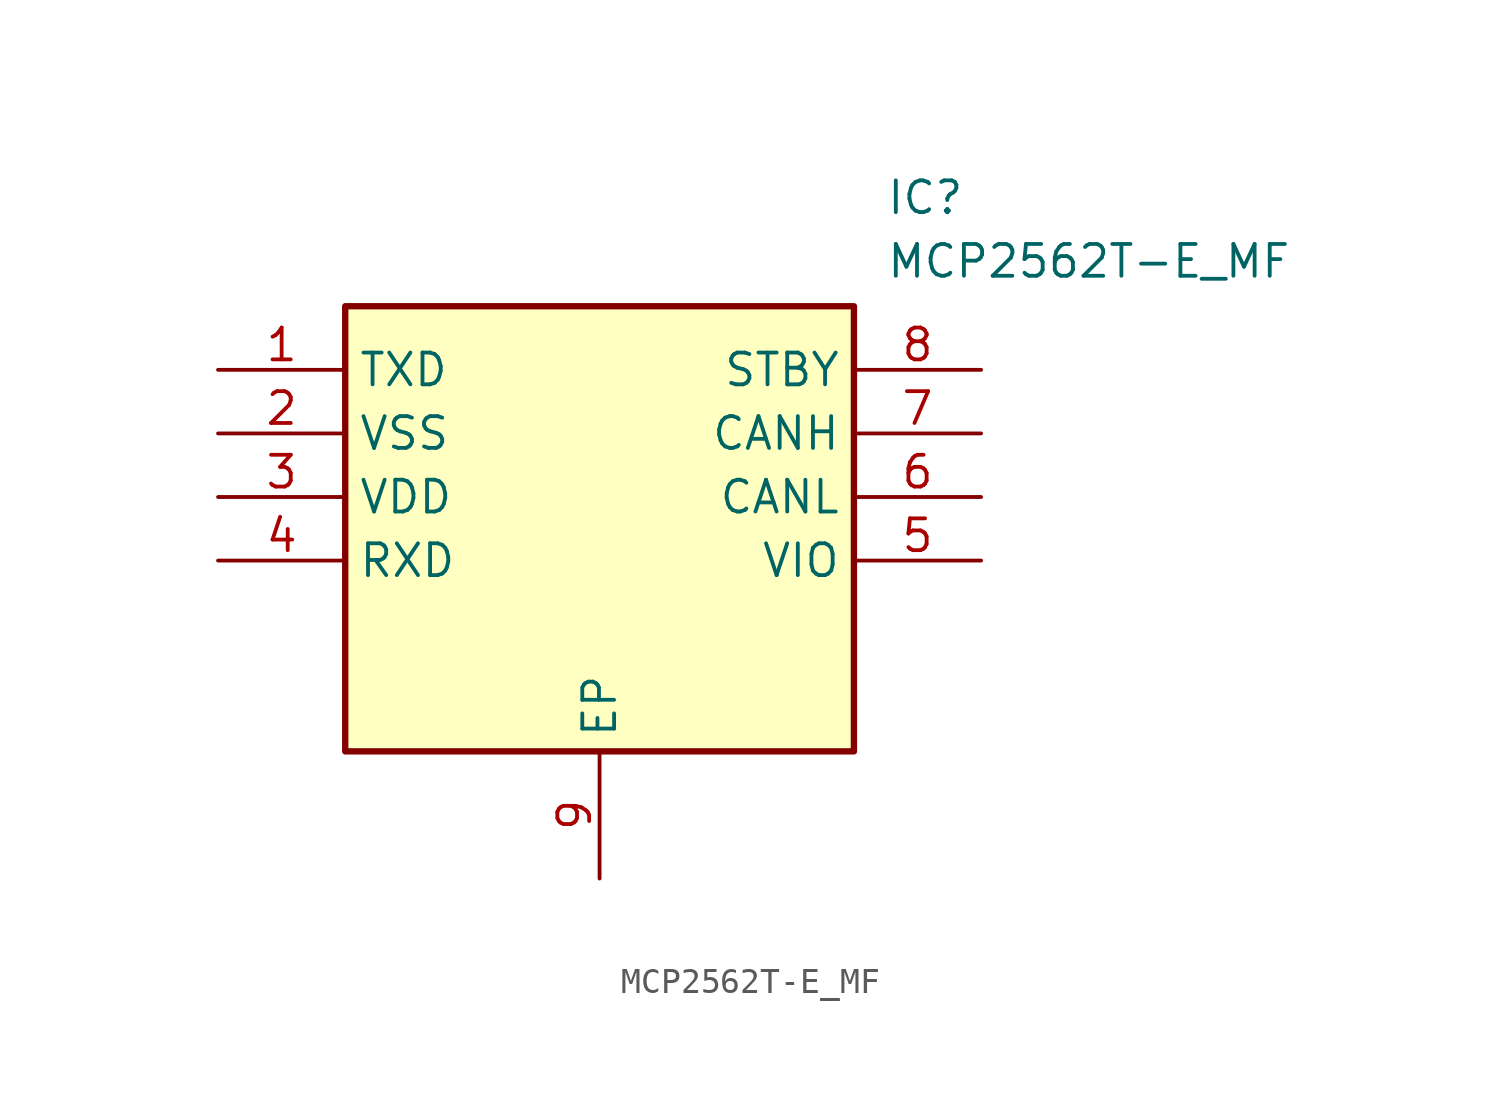
<source format=kicad_sym>
(kicad_symbol_lib
  (version 20211014)
  (generator SamacSys_ECAD_Model)
  (symbol "MCP2562T-E_MF"
    (property "Reference" "IC"
      (at 26.67 7.62 0)
      (effects (font (size 1.27 1.27)) (justify left top)))
    (property "Value" "MCP2562T-E_MF"
      (at 26.67 5.08 0)
      (effects (font (size 1.27 1.27)) (justify left top)))
    (rectangle
      (start 5.08 2.54)
      (end 25.4 -15.24)
      (stroke (width 0.254) (type default))
      (fill (type background)))
    (pin passive line
      (at 0 0 0)
      (length 5.08)
      (name "TXD" (effects (font (size 1.27 1.27))))
      (number "1" (effects (font (size 1.27 1.27)))))
    (pin passive line
      (at 0 -2.54 0)
      (length 5.08)
      (name "VSS" (effects (font (size 1.27 1.27))))
      (number "2" (effects (font (size 1.27 1.27)))))
    (pin passive line
      (at 0 -5.08 0)
      (length 5.08)
      (name "VDD" (effects (font (size 1.27 1.27))))
      (number "3" (effects (font (size 1.27 1.27)))))
    (pin passive line
      (at 0 -7.62 0)
      (length 5.08)
      (name "RXD" (effects (font (size 1.27 1.27))))
      (number "4" (effects (font (size 1.27 1.27)))))
    (pin passive line
      (at 15.24 -20.32 90)
      (length 5.08)
      (name "EP" (effects (font (size 1.27 1.27))))
      (number "9" (effects (font (size 1.27 1.27)))))
    (pin passive line
      (at 30.48 0 180)
      (length 5.08)
      (name "STBY" (effects (font (size 1.27 1.27))))
      (number "8" (effects (font (size 1.27 1.27)))))
    (pin passive line
      (at 30.48 -2.54 180)
      (length 5.08)
      (name "CANH" (effects (font (size 1.27 1.27))))
      (number "7" (effects (font (size 1.27 1.27)))))
    (pin passive line
      (at 30.48 -5.08 180)
      (length 5.08)
      (name "CANL" (effects (font (size 1.27 1.27))))
      (number "6" (effects (font (size 1.27 1.27)))))
    (pin passive line
      (at 30.48 -7.62 180)
      (length 5.08)
      (name "VIO" (effects (font (size 1.27 1.27))))
      (number "5" (effects (font (size 1.27 1.27)))))))
</source>
